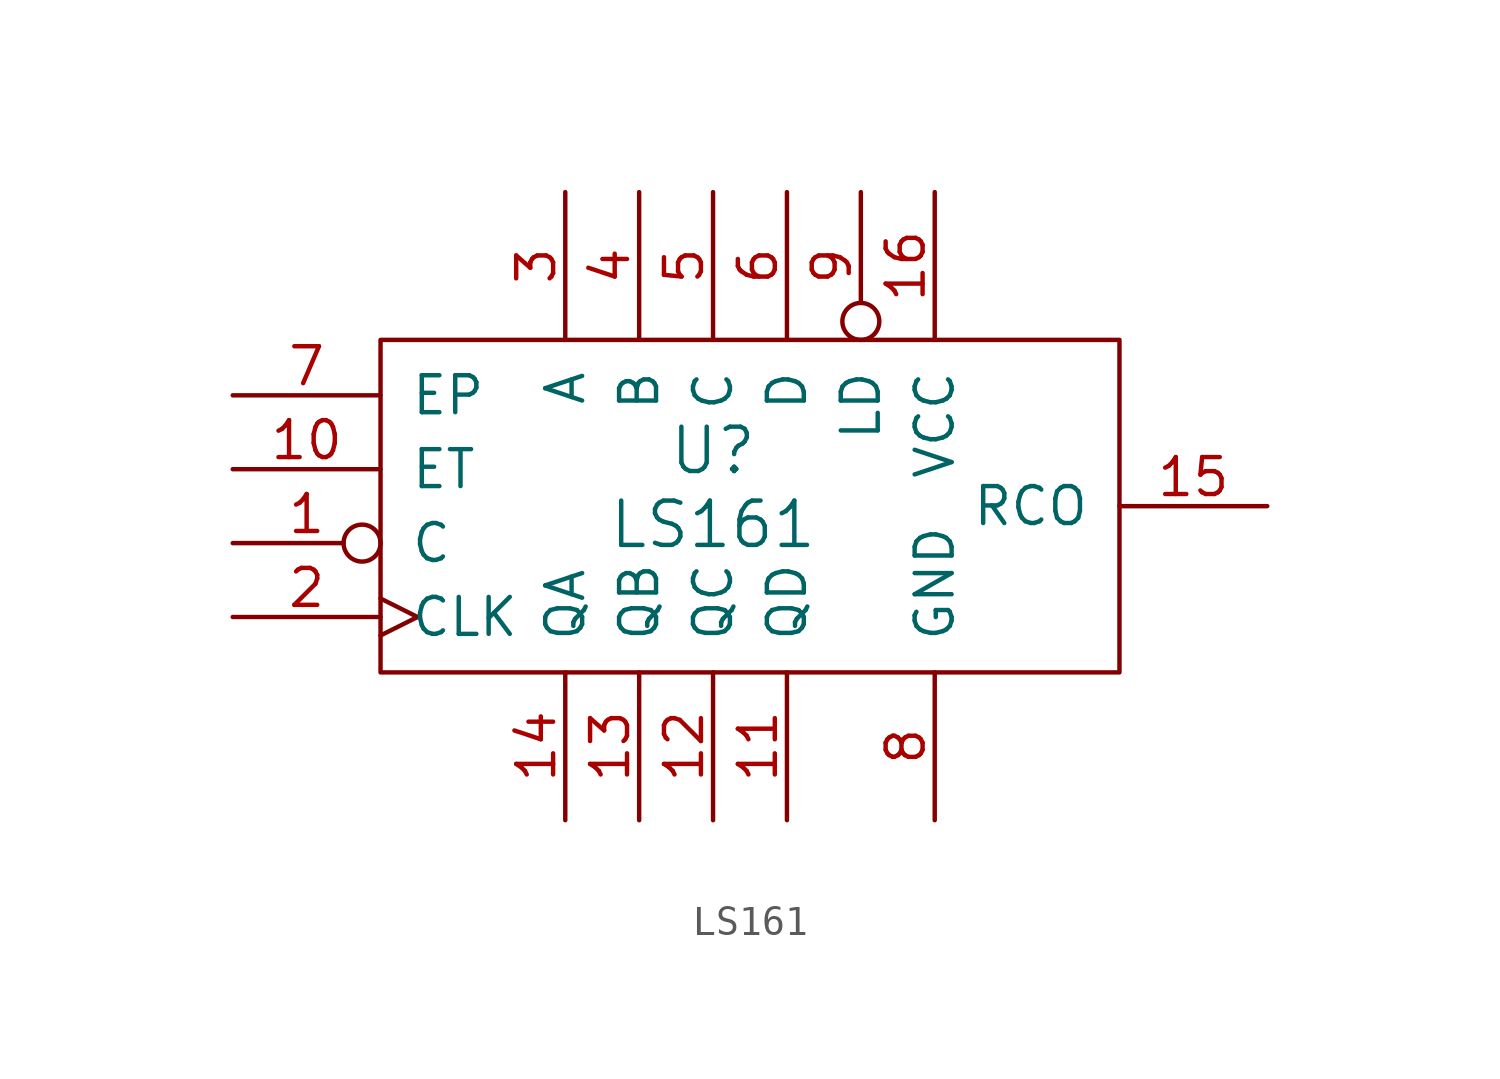
<source format=kicad_sym>
(kicad_symbol_lib
  (version 20211014)
  (generator kicad_symbol_editor)
  (symbol "LS161"
    (pin_names
      (offset 1.016))
    (property "Reference" "U"
      (at 0 1.905 0)
      (effects (font (size 1.524 1.524))))
    (property "Value" "LS161"
      (at 0 -0.635 0)
      (effects (font (size 1.524 1.524))))
    (symbol "LS161_0_1"
      (rectangle (start -11.43 5.715) (end 13.97 -5.715) (stroke (width 0) (type default) (color 0 0 0 0)) (fill (type none))))
    (symbol "LS161_1_1"
      (pin input inverted (at -16.51 -1.27 0) (length 5.08) (name "C" (effects (font (size 1.27 1.27)))) (number "1" (effects (font (size 1.27 1.27)))))
      (pin input line (at -16.51 1.27 0) (length 5.08) (name "ET" (effects (font (size 1.27 1.27)))) (number "10" (effects (font (size 1.27 1.27)))))
      (pin output line (at 2.54 -10.795 90) (length 5.08) (name "QD" (effects (font (size 1.27 1.27)))) (number "11" (effects (font (size 1.27 1.27)))))
      (pin output line (at 0 -10.795 90) (length 5.08) (name "QC" (effects (font (size 1.27 1.27)))) (number "12" (effects (font (size 1.27 1.27)))))
      (pin output line (at -2.54 -10.795 90) (length 5.08) (name "QB" (effects (font (size 1.27 1.27)))) (number "13" (effects (font (size 1.27 1.27)))))
      (pin output line (at -5.08 -10.795 90) (length 5.08) (name "QA" (effects (font (size 1.27 1.27)))) (number "14" (effects (font (size 1.27 1.27)))))
      (pin output line (at 19.05 0 180) (length 5.08) (name "RCO" (effects (font (size 1.27 1.27)))) (number "15" (effects (font (size 1.27 1.27)))))
      (pin power_in line (at 7.62 10.795 270) (length 5.08) (name "VCC" (effects (font (size 1.27 1.27)))) (number "16" (effects (font (size 1.27 1.27)))))
      (pin input clock (at -16.51 -3.81 0) (length 5.08) (name "CLK" (effects (font (size 1.27 1.27)))) (number "2" (effects (font (size 1.27 1.27)))))
      (pin input line (at -5.08 10.795 270) (length 5.08) (name "A" (effects (font (size 1.27 1.27)))) (number "3" (effects (font (size 1.27 1.27)))))
      (pin input line (at -2.54 10.795 270) (length 5.08) (name "B" (effects (font (size 1.27 1.27)))) (number "4" (effects (font (size 1.27 1.27)))))
      (pin input line (at 0 10.795 270) (length 5.08) (name "C" (effects (font (size 1.27 1.27)))) (number "5" (effects (font (size 1.27 1.27)))))
      (pin input line (at 2.54 10.795 270) (length 5.08) (name "D" (effects (font (size 1.27 1.27)))) (number "6" (effects (font (size 1.27 1.27)))))
      (pin input line (at -16.51 3.81 0) (length 5.08) (name "EP" (effects (font (size 1.27 1.27)))) (number "7" (effects (font (size 1.27 1.27)))))
      (pin power_in line (at 7.62 -10.795 90) (length 5.08) (name "GND" (effects (font (size 1.27 1.27)))) (number "8" (effects (font (size 1.27 1.27)))))
      (pin input inverted (at 5.08 10.795 270) (length 5.08) (name "LD" (effects (font (size 1.27 1.27)))) (number "9" (effects (font (size 1.27 1.27))))))))
</source>
